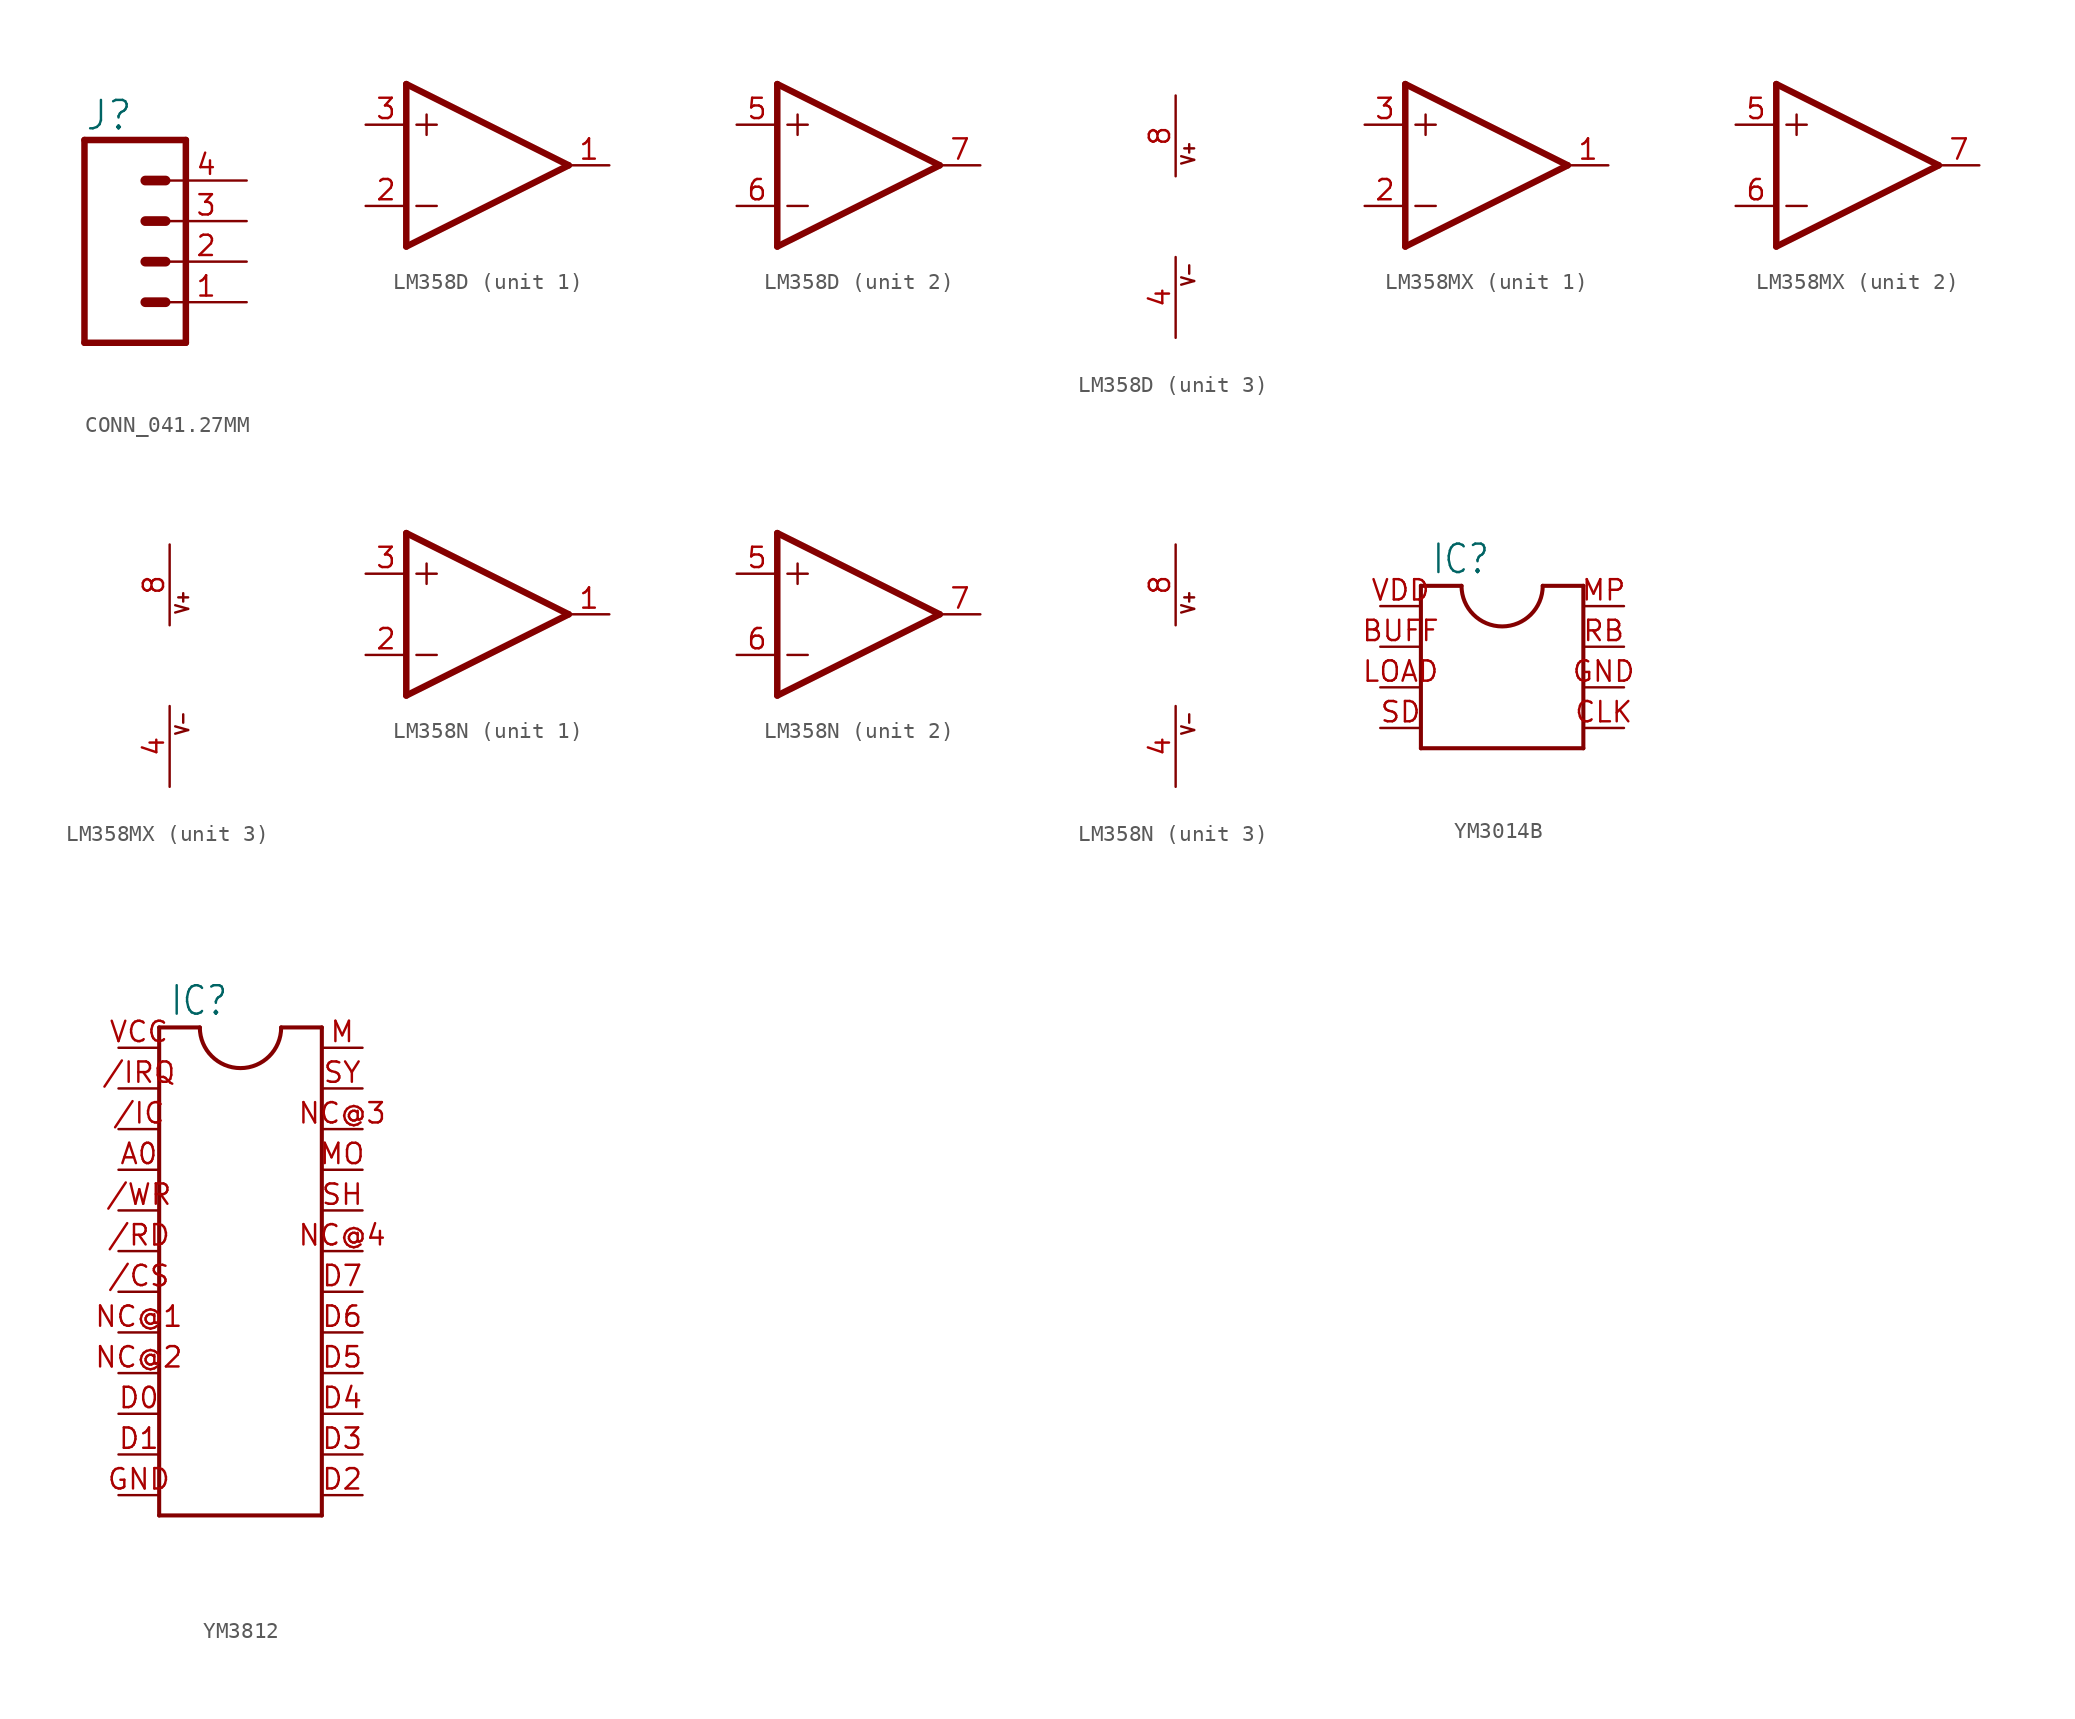
<source format=kicad_sym>
(kicad_symbol_lib
  (version 20231120)
  (generator "kicad_symbol_editor")
  (generator_version "8.0")
  (symbol "CONN_041.27MM"
    (property "Reference" "J"
      (at -5.08 8.128 0)
      (effects (font (size 1.778 1.778)) (justify left bottom)))
    (property "Value" ""
      (at -5.08 -7.366 0)
      (effects (font (size 1.778 1.778)) (justify left bottom)))
    (property "ki_locked" ""
      (at 0 0 0)
      (effects (font (size 1.27 1.27))))
    (symbol "CONN_041.27MM_1_0"
      (polyline (pts (xy -5.08 7.62) (xy -5.08 -5.08)) (stroke (width 0.406) (type solid)) (fill (type none)))
      (polyline (pts (xy -5.08 7.62) (xy 1.27 7.62)) (stroke (width 0.406) (type solid)) (fill (type none)))
      (polyline (pts (xy -1.27 -2.54) (xy 0 -2.54)) (stroke (width 0.61) (type solid)) (fill (type none)))
      (polyline (pts (xy -1.27 0) (xy 0 0)) (stroke (width 0.61) (type solid)) (fill (type none)))
      (polyline (pts (xy -1.27 2.54) (xy 0 2.54)) (stroke (width 0.61) (type solid)) (fill (type none)))
      (polyline (pts (xy -1.27 5.08) (xy 0 5.08)) (stroke (width 0.61) (type solid)) (fill (type none)))
      (polyline (pts (xy 1.27 -5.08) (xy -5.08 -5.08)) (stroke (width 0.406) (type solid)) (fill (type none)))
      (polyline (pts (xy 1.27 -5.08) (xy 1.27 7.62)) (stroke (width 0.406) (type solid)) (fill (type none)))
      (pin passive line (at 5.08 -2.54 180) (length 5.08) (name "1" (effects (font (size 0 0)))) (number "1" (effects (font (size 1.27 1.27)))))
      (pin passive line (at 5.08 0 180) (length 5.08) (name "2" (effects (font (size 0 0)))) (number "2" (effects (font (size 1.27 1.27)))))
      (pin passive line (at 5.08 2.54 180) (length 5.08) (name "3" (effects (font (size 0 0)))) (number "3" (effects (font (size 1.27 1.27)))))
      (pin passive line (at 5.08 5.08 180) (length 5.08) (name "4" (effects (font (size 0 0)))) (number "4" (effects (font (size 1.27 1.27)))))))
  (symbol "LM358D"
    (property "Reference" "IC"
      (at 2.54 3.175 0)
      (effects (font (size 1.778 1.511)) (justify left bottom) (hide yes)))
    (property "ki_locked" ""
      (at 0 0 0)
      (effects (font (size 1.27 1.27))))
    (symbol "LM358D_1_0"
      (polyline (pts (xy -5.08 -5.08) (xy 5.08 0)) (stroke (width 0.406) (type solid)) (fill (type none)))
      (polyline (pts (xy -5.08 5.08) (xy -5.08 -5.08)) (stroke (width 0.406) (type solid)) (fill (type none)))
      (polyline (pts (xy -4.445 -2.54) (xy -3.175 -2.54)) (stroke (width 0.152) (type solid)) (fill (type none)))
      (polyline (pts (xy -4.445 2.54) (xy -3.175 2.54)) (stroke (width 0.152) (type solid)) (fill (type none)))
      (polyline (pts (xy -3.81 3.175) (xy -3.81 1.905)) (stroke (width 0.152) (type solid)) (fill (type none)))
      (polyline (pts (xy 5.08 0) (xy -5.08 5.08)) (stroke (width 0.406) (type solid)) (fill (type none)))
      (pin output line (at 7.62 0 180) (length 2.54) (name "OUT" (effects (font (size 0 0)))) (number "1" (effects (font (size 1.27 1.27)))))
      (pin input line (at -7.62 -2.54 0) (length 2.54) (name "-IN" (effects (font (size 0 0)))) (number "2" (effects (font (size 1.27 1.27)))))
      (pin input line (at -7.62 2.54 0) (length 2.54) (name "+IN" (effects (font (size 0 0)))) (number "3" (effects (font (size 1.27 1.27))))))
    (symbol "LM358D_2_0"
      (polyline (pts (xy -5.08 -5.08) (xy 5.08 0)) (stroke (width 0.406) (type solid)) (fill (type none)))
      (polyline (pts (xy -5.08 5.08) (xy -5.08 -5.08)) (stroke (width 0.406) (type solid)) (fill (type none)))
      (polyline (pts (xy -4.445 -2.54) (xy -3.175 -2.54)) (stroke (width 0.152) (type solid)) (fill (type none)))
      (polyline (pts (xy -4.445 2.54) (xy -3.175 2.54)) (stroke (width 0.152) (type solid)) (fill (type none)))
      (polyline (pts (xy -3.81 3.175) (xy -3.81 1.905)) (stroke (width 0.152) (type solid)) (fill (type none)))
      (polyline (pts (xy 5.08 0) (xy -5.08 5.08)) (stroke (width 0.406) (type solid)) (fill (type none)))
      (pin input line (at -7.62 2.54 0) (length 2.54) (name "+IN" (effects (font (size 0 0)))) (number "5" (effects (font (size 1.27 1.27)))))
      (pin input line (at -7.62 -2.54 0) (length 2.54) (name "-IN" (effects (font (size 0 0)))) (number "6" (effects (font (size 1.27 1.27)))))
      (pin output line (at 7.62 0 180) (length 2.54) (name "OUT" (effects (font (size 0 0)))) (number "7" (effects (font (size 1.27 1.27))))))
    (symbol "LM358D_3_0"
      (text "V+" (at 1.27 3.175 900) (effects (font (size 0.813 0.691)) (justify left bottom)))
      (text "V-" (at 1.27 -4.445 900) (effects (font (size 0.813 0.691)) (justify left bottom)))
      (pin power_in line (at 0 -7.62 90) (length 5.08) (name "V-" (effects (font (size 0 0)))) (number "4" (effects (font (size 1.27 1.27)))))
      (pin power_in line (at 0 7.62 270) (length 5.08) (name "V+" (effects (font (size 0 0)))) (number "8" (effects (font (size 1.27 1.27)))))))
  (symbol "LM358MX"
    (property "Reference" "IC"
      (at 2.54 3.175 0)
      (effects (font (size 1.778 1.511)) (justify left bottom) (hide yes)))
    (property "ki_locked" ""
      (at 0 0 0)
      (effects (font (size 1.27 1.27))))
    (symbol "LM358MX_1_0"
      (polyline (pts (xy -5.08 -5.08) (xy 5.08 0)) (stroke (width 0.406) (type solid)) (fill (type none)))
      (polyline (pts (xy -5.08 5.08) (xy -5.08 -5.08)) (stroke (width 0.406) (type solid)) (fill (type none)))
      (polyline (pts (xy -4.445 -2.54) (xy -3.175 -2.54)) (stroke (width 0.152) (type solid)) (fill (type none)))
      (polyline (pts (xy -4.445 2.54) (xy -3.175 2.54)) (stroke (width 0.152) (type solid)) (fill (type none)))
      (polyline (pts (xy -3.81 3.175) (xy -3.81 1.905)) (stroke (width 0.152) (type solid)) (fill (type none)))
      (polyline (pts (xy 5.08 0) (xy -5.08 5.08)) (stroke (width 0.406) (type solid)) (fill (type none)))
      (pin output line (at 7.62 0 180) (length 2.54) (name "OUT" (effects (font (size 0 0)))) (number "1" (effects (font (size 1.27 1.27)))))
      (pin input line (at -7.62 -2.54 0) (length 2.54) (name "-IN" (effects (font (size 0 0)))) (number "2" (effects (font (size 1.27 1.27)))))
      (pin input line (at -7.62 2.54 0) (length 2.54) (name "+IN" (effects (font (size 0 0)))) (number "3" (effects (font (size 1.27 1.27))))))
    (symbol "LM358MX_2_0"
      (polyline (pts (xy -5.08 -5.08) (xy 5.08 0)) (stroke (width 0.406) (type solid)) (fill (type none)))
      (polyline (pts (xy -5.08 5.08) (xy -5.08 -5.08)) (stroke (width 0.406) (type solid)) (fill (type none)))
      (polyline (pts (xy -4.445 -2.54) (xy -3.175 -2.54)) (stroke (width 0.152) (type solid)) (fill (type none)))
      (polyline (pts (xy -4.445 2.54) (xy -3.175 2.54)) (stroke (width 0.152) (type solid)) (fill (type none)))
      (polyline (pts (xy -3.81 3.175) (xy -3.81 1.905)) (stroke (width 0.152) (type solid)) (fill (type none)))
      (polyline (pts (xy 5.08 0) (xy -5.08 5.08)) (stroke (width 0.406) (type solid)) (fill (type none)))
      (pin input line (at -7.62 2.54 0) (length 2.54) (name "+IN" (effects (font (size 0 0)))) (number "5" (effects (font (size 1.27 1.27)))))
      (pin input line (at -7.62 -2.54 0) (length 2.54) (name "-IN" (effects (font (size 0 0)))) (number "6" (effects (font (size 1.27 1.27)))))
      (pin output line (at 7.62 0 180) (length 2.54) (name "OUT" (effects (font (size 0 0)))) (number "7" (effects (font (size 1.27 1.27))))))
    (symbol "LM358MX_3_0"
      (text "V+" (at 1.27 3.175 900) (effects (font (size 0.813 0.691)) (justify left bottom)))
      (text "V-" (at 1.27 -4.445 900) (effects (font (size 0.813 0.691)) (justify left bottom)))
      (pin power_in line (at 0 -7.62 90) (length 5.08) (name "V-" (effects (font (size 0 0)))) (number "4" (effects (font (size 1.27 1.27)))))
      (pin power_in line (at 0 7.62 270) (length 5.08) (name "V+" (effects (font (size 0 0)))) (number "8" (effects (font (size 1.27 1.27)))))))
  (symbol "LM358N"
    (property "Reference" "IC"
      (at 2.54 3.175 0)
      (effects (font (size 1.778 1.511)) (justify left bottom) (hide yes)))
    (property "ki_locked" ""
      (at 0 0 0)
      (effects (font (size 1.27 1.27))))
    (symbol "LM358N_1_0"
      (polyline (pts (xy -5.08 -5.08) (xy 5.08 0)) (stroke (width 0.406) (type solid)) (fill (type none)))
      (polyline (pts (xy -5.08 5.08) (xy -5.08 -5.08)) (stroke (width 0.406) (type solid)) (fill (type none)))
      (polyline (pts (xy -4.445 -2.54) (xy -3.175 -2.54)) (stroke (width 0.152) (type solid)) (fill (type none)))
      (polyline (pts (xy -4.445 2.54) (xy -3.175 2.54)) (stroke (width 0.152) (type solid)) (fill (type none)))
      (polyline (pts (xy -3.81 3.175) (xy -3.81 1.905)) (stroke (width 0.152) (type solid)) (fill (type none)))
      (polyline (pts (xy 5.08 0) (xy -5.08 5.08)) (stroke (width 0.406) (type solid)) (fill (type none)))
      (pin output line (at 7.62 0 180) (length 2.54) (name "OUT" (effects (font (size 0 0)))) (number "1" (effects (font (size 1.27 1.27)))))
      (pin input line (at -7.62 -2.54 0) (length 2.54) (name "-IN" (effects (font (size 0 0)))) (number "2" (effects (font (size 1.27 1.27)))))
      (pin input line (at -7.62 2.54 0) (length 2.54) (name "+IN" (effects (font (size 0 0)))) (number "3" (effects (font (size 1.27 1.27))))))
    (symbol "LM358N_2_0"
      (polyline (pts (xy -5.08 -5.08) (xy 5.08 0)) (stroke (width 0.406) (type solid)) (fill (type none)))
      (polyline (pts (xy -5.08 5.08) (xy -5.08 -5.08)) (stroke (width 0.406) (type solid)) (fill (type none)))
      (polyline (pts (xy -4.445 -2.54) (xy -3.175 -2.54)) (stroke (width 0.152) (type solid)) (fill (type none)))
      (polyline (pts (xy -4.445 2.54) (xy -3.175 2.54)) (stroke (width 0.152) (type solid)) (fill (type none)))
      (polyline (pts (xy -3.81 3.175) (xy -3.81 1.905)) (stroke (width 0.152) (type solid)) (fill (type none)))
      (polyline (pts (xy 5.08 0) (xy -5.08 5.08)) (stroke (width 0.406) (type solid)) (fill (type none)))
      (pin input line (at -7.62 2.54 0) (length 2.54) (name "+IN" (effects (font (size 0 0)))) (number "5" (effects (font (size 1.27 1.27)))))
      (pin input line (at -7.62 -2.54 0) (length 2.54) (name "-IN" (effects (font (size 0 0)))) (number "6" (effects (font (size 1.27 1.27)))))
      (pin output line (at 7.62 0 180) (length 2.54) (name "OUT" (effects (font (size 0 0)))) (number "7" (effects (font (size 1.27 1.27))))))
    (symbol "LM358N_3_0"
      (text "V+" (at 1.27 3.175 900) (effects (font (size 0.813 0.691)) (justify left bottom)))
      (text "V-" (at 1.27 -4.445 900) (effects (font (size 0.813 0.691)) (justify left bottom)))
      (pin power_in line (at 0 -7.62 90) (length 5.08) (name "V-" (effects (font (size 0 0)))) (number "4" (effects (font (size 1.27 1.27)))))
      (pin power_in line (at 0 7.62 270) (length 5.08) (name "V+" (effects (font (size 0 0)))) (number "8" (effects (font (size 1.27 1.27)))))))
  (symbol "YM3014B"
    (property "Reference" "IC"
      (at -4.445 4.445 0)
      (effects (font (size 1.778 1.511)) (justify left bottom)))
    (property "Value" ""
      (at -4.445 -8.89 0)
      (effects (font (size 1.778 1.511)) (justify left bottom)))
    (property "ki_locked" ""
      (at 0 0 0)
      (effects (font (size 1.27 1.27))))
    (symbol "YM3014B_1_0"
      (arc (start -2.54 3.81) (mid 0 1.27) (end 2.54 3.81) (stroke (width 0.254) (type solid)) (fill (type none)))
      (polyline (pts (xy -5.08 -6.35) (xy 5.08 -6.35)) (stroke (width 0.254) (type solid)) (fill (type none)))
      (polyline (pts (xy -5.08 3.81) (xy -5.08 -6.35)) (stroke (width 0.254) (type solid)) (fill (type none)))
      (polyline (pts (xy -5.08 3.81) (xy -2.54 3.81)) (stroke (width 0.254) (type solid)) (fill (type none)))
      (polyline (pts (xy 5.08 -6.35) (xy 5.08 3.81)) (stroke (width 0.254) (type solid)) (fill (type none)))
      (polyline (pts (xy 5.08 3.81) (xy 2.54 3.81)) (stroke (width 0.254) (type solid)) (fill (type none)))
      (pin passive line (at -7.62 0 0) (length 2.54) (name "BUFF" (effects (font (size 0 0)))) (number "BUFF" (effects (font (size 1.27 1.27)))))
      (pin passive line (at 7.62 -5.08 180) (length 2.54) (name "CLK" (effects (font (size 0 0)))) (number "CLK" (effects (font (size 1.27 1.27)))))
      (pin passive line (at 7.62 -2.54 180) (length 2.54) (name "GND" (effects (font (size 0 0)))) (number "GND" (effects (font (size 1.27 1.27)))))
      (pin passive line (at -7.62 -2.54 0) (length 2.54) (name "LOAD" (effects (font (size 0 0)))) (number "LOAD" (effects (font (size 1.27 1.27)))))
      (pin passive line (at 7.62 2.54 180) (length 2.54) (name "MP" (effects (font (size 0 0)))) (number "MP" (effects (font (size 1.27 1.27)))))
      (pin passive line (at 7.62 0 180) (length 2.54) (name "RB" (effects (font (size 0 0)))) (number "RB" (effects (font (size 1.27 1.27)))))
      (pin passive line (at -7.62 -5.08 0) (length 2.54) (name "SD" (effects (font (size 0 0)))) (number "SD" (effects (font (size 1.27 1.27)))))
      (pin passive line (at -7.62 2.54 0) (length 2.54) (name "VDD" (effects (font (size 0 0)))) (number "VDD" (effects (font (size 1.27 1.27)))))))
  (symbol "YM3812"
    (property "Reference" "IC"
      (at -4.445 17.145 0)
      (effects (font (size 1.778 1.511)) (justify left bottom)))
    (property "Value" ""
      (at -4.445 -16.51 0)
      (effects (font (size 1.778 1.511)) (justify left bottom)))
    (property "ki_locked" ""
      (at 0 0 0)
      (effects (font (size 1.27 1.27))))
    (symbol "YM3812_1_0"
      (arc (start -2.54 16.51) (mid 0 13.97) (end 2.54 16.51) (stroke (width 0.254) (type solid)) (fill (type none)))
      (polyline (pts (xy -5.08 -13.97) (xy 5.08 -13.97)) (stroke (width 0.254) (type solid)) (fill (type none)))
      (polyline (pts (xy -5.08 16.51) (xy -5.08 -13.97)) (stroke (width 0.254) (type solid)) (fill (type none)))
      (polyline (pts (xy -5.08 16.51) (xy -2.54 16.51)) (stroke (width 0.254) (type solid)) (fill (type none)))
      (polyline (pts (xy 5.08 -13.97) (xy 5.08 16.51)) (stroke (width 0.254) (type solid)) (fill (type none)))
      (polyline (pts (xy 5.08 16.51) (xy 2.54 16.51)) (stroke (width 0.254) (type solid)) (fill (type none)))
      (pin passive line (at -7.62 0 0) (length 2.54) (name "/CS" (effects (font (size 0 0)))) (number "/CS" (effects (font (size 1.27 1.27)))))
      (pin passive line (at -7.62 10.16 0) (length 2.54) (name "/IC" (effects (font (size 0 0)))) (number "/IC" (effects (font (size 1.27 1.27)))))
      (pin passive line (at -7.62 12.7 0) (length 2.54) (name "/IRQ" (effects (font (size 0 0)))) (number "/IRQ" (effects (font (size 1.27 1.27)))))
      (pin passive line (at -7.62 2.54 0) (length 2.54) (name "/RD" (effects (font (size 0 0)))) (number "/RD" (effects (font (size 1.27 1.27)))))
      (pin passive line (at -7.62 5.08 0) (length 2.54) (name "/WR" (effects (font (size 0 0)))) (number "/WR" (effects (font (size 1.27 1.27)))))
      (pin passive line (at -7.62 7.62 0) (length 2.54) (name "A0" (effects (font (size 0 0)))) (number "A0" (effects (font (size 1.27 1.27)))))
      (pin passive line (at -7.62 -7.62 0) (length 2.54) (name "D0" (effects (font (size 0 0)))) (number "D0" (effects (font (size 1.27 1.27)))))
      (pin passive line (at -7.62 -10.16 0) (length 2.54) (name "D1" (effects (font (size 0 0)))) (number "D1" (effects (font (size 1.27 1.27)))))
      (pin passive line (at 7.62 -12.7 180) (length 2.54) (name "D2" (effects (font (size 0 0)))) (number "D2" (effects (font (size 1.27 1.27)))))
      (pin passive line (at 7.62 -10.16 180) (length 2.54) (name "D3" (effects (font (size 0 0)))) (number "D3" (effects (font (size 1.27 1.27)))))
      (pin passive line (at 7.62 -7.62 180) (length 2.54) (name "D4" (effects (font (size 0 0)))) (number "D4" (effects (font (size 1.27 1.27)))))
      (pin passive line (at 7.62 -5.08 180) (length 2.54) (name "D5" (effects (font (size 0 0)))) (number "D5" (effects (font (size 1.27 1.27)))))
      (pin passive line (at 7.62 -2.54 180) (length 2.54) (name "D6" (effects (font (size 0 0)))) (number "D6" (effects (font (size 1.27 1.27)))))
      (pin passive line (at 7.62 0 180) (length 2.54) (name "D7" (effects (font (size 0 0)))) (number "D7" (effects (font (size 1.27 1.27)))))
      (pin passive line (at -7.62 -12.7 0) (length 2.54) (name "GND" (effects (font (size 0 0)))) (number "GND" (effects (font (size 1.27 1.27)))))
      (pin passive line (at 7.62 15.24 180) (length 2.54) (name "M" (effects (font (size 0 0)))) (number "M" (effects (font (size 1.27 1.27)))))
      (pin passive line (at 7.62 7.62 180) (length 2.54) (name "MO" (effects (font (size 0 0)))) (number "MO" (effects (font (size 1.27 1.27)))))
      (pin passive line (at -7.62 -2.54 0) (length 2.54) (name "NC@1" (effects (font (size 0 0)))) (number "NC@1" (effects (font (size 1.27 1.27)))))
      (pin passive line (at -7.62 -5.08 0) (length 2.54) (name "NC@2" (effects (font (size 0 0)))) (number "NC@2" (effects (font (size 1.27 1.27)))))
      (pin passive line (at 7.62 10.16 180) (length 2.54) (name "NC@3" (effects (font (size 0 0)))) (number "NC@3" (effects (font (size 1.27 1.27)))))
      (pin passive line (at 7.62 2.54 180) (length 2.54) (name "NC@4" (effects (font (size 0 0)))) (number "NC@4" (effects (font (size 1.27 1.27)))))
      (pin passive line (at 7.62 5.08 180) (length 2.54) (name "SH" (effects (font (size 0 0)))) (number "SH" (effects (font (size 1.27 1.27)))))
      (pin passive line (at 7.62 12.7 180) (length 2.54) (name "SY" (effects (font (size 0 0)))) (number "SY" (effects (font (size 1.27 1.27)))))
      (pin passive line (at -7.62 15.24 0) (length 2.54) (name "VCC" (effects (font (size 0 0)))) (number "VCC" (effects (font (size 1.27 1.27))))))))
</source>
